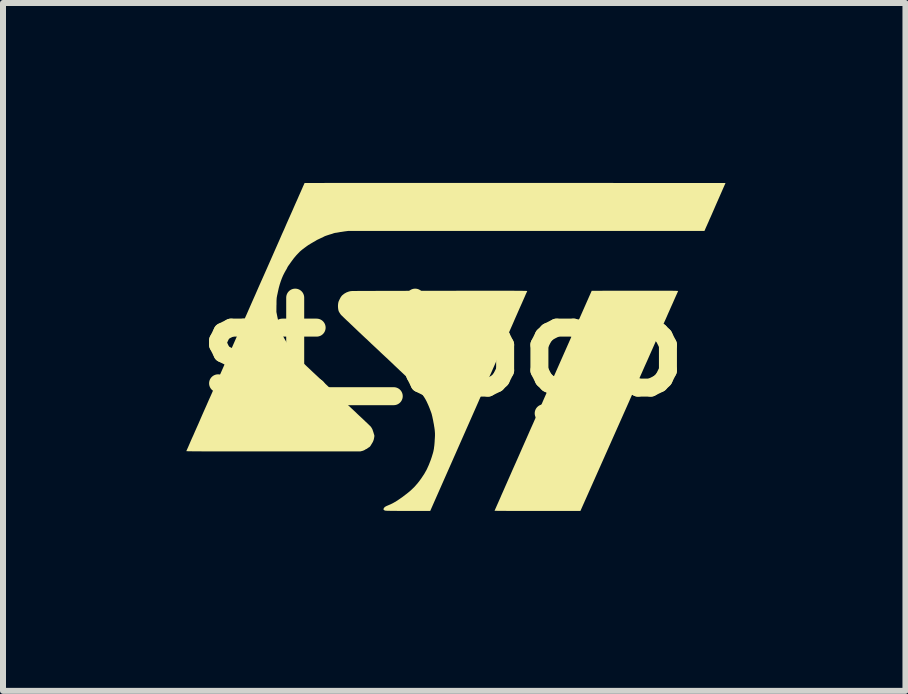
<source format=kicad_pcb>
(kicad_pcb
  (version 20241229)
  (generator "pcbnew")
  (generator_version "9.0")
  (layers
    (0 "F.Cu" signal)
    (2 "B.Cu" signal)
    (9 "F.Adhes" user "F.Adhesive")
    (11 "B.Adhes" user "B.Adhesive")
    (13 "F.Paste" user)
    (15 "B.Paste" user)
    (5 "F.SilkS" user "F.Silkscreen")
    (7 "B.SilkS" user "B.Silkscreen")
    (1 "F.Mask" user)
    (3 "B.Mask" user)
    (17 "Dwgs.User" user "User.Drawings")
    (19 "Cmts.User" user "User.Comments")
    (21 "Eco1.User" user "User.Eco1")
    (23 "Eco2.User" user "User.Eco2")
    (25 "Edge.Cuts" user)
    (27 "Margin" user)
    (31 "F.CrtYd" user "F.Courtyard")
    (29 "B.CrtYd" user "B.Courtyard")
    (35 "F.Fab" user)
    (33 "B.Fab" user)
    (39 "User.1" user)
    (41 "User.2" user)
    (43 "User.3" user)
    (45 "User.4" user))
  (footprint "st_logo"
    (layer "F.Cu")
    (at 4.336 2.734)
    (property "Reference" "st_logo" (at 0 0 0) (layer "F.SilkS") (effects (font (size 1.5 1.5) (thickness 0.3))))
    (attr board_only exclude_from_pos_files exclude_from_bom)
    (fp_poly (pts (xy 3.672 -0.937) (xy 3.715 -0.937) (xy 3.752 -0.937) (xy 3.785 -0.937) (xy 3.813 -0.937) (xy 3.837 -0.936) (xy 3.857 -0.936) (xy 3.874 -0.936) (xy 3.887 -0.935) (xy 3.898 -0.935) (xy 3.906 -0.934) (xy 3.911 -0.934) (xy 3.915 -0.933) (xy 3.918 -0.933) (xy 3.919 -0.932) (xy 3.919 -0.931) (xy 3.919 -0.93) (xy 3.917 -0.926) (xy 3.912 -0.915) (xy 3.905 -0.898) (xy 3.894 -0.874) (xy 3.88 -0.843) (xy 3.864 -0.807) (xy 3.845 -0.764) (xy 3.824 -0.716) (xy 3.8 -0.663) (xy 3.774 -0.604) (xy 3.746 -0.541) (xy 3.716 -0.472) (xy 3.683 -0.399) (xy 3.649 -0.321) (xy 3.613 -0.24) (xy 3.575 -0.154) (xy 3.535 -0.065) (xy 3.494 0.028) (xy 3.451 0.124) (xy 3.407 0.224) (xy 3.361 0.326) (xy 3.315 0.431) (xy 3.267 0.538) (xy 3.218 0.648) (xy 3.169 0.759) (xy 3.118 0.873) (xy 3.104 0.906) (xy 2.291 2.734) (xy 1.575 2.734) (xy 1.501 2.734) (xy 1.429 2.734) (xy 1.36 2.734) (xy 1.293 2.734) (xy 1.23 2.734) (xy 1.17 2.734) (xy 1.114 2.734) (xy 1.063 2.734) (xy 1.017 2.733) (xy 0.976 2.733) (xy 0.94 2.733) (xy 0.91 2.733) (xy 0.887 2.732) (xy 0.871 2.732) (xy 0.862 2.732) (xy 0.859 2.732) (xy 0.861 2.728) (xy 0.866 2.717) (xy 0.873 2.7) (xy 0.884 2.676) (xy 0.897 2.646) (xy 0.913 2.61) (xy 0.932 2.567) (xy 0.953 2.52) (xy 0.976 2.466) (xy 1.002 2.408) (xy 1.03 2.344) (xy 1.06 2.276) (xy 1.092 2.203) (xy 1.126 2.126) (xy 1.162 2.044) (xy 1.2 1.959) (xy 1.24 1.869) (xy 1.281 1.776) (xy 1.323 1.68) (xy 1.367 1.581) (xy 1.412 1.479) (xy 1.458 1.374) (xy 1.506 1.267) (xy 1.554 1.157) (xy 1.604 1.045) (xy 1.654 0.932) (xy 1.669 0.897) (xy 2.479 -0.936) (xy 3.201 -0.937) (xy 3.289 -0.937) (xy 3.369 -0.937) (xy 3.443 -0.937) (xy 3.51 -0.937) (xy 3.57 -0.937) (xy 3.624 -0.937)) (stroke (width 0) (type solid)) (fill yes) (layer "F.SilkS"))
    (fp_poly (pts (xy 0.904 -0.937) (xy 0.966 -0.937) (xy 1.022 -0.937) (xy 1.073 -0.937) (xy 1.12 -0.937) (xy 1.162 -0.937) (xy 1.199 -0.936) (xy 1.233 -0.936) (xy 1.263 -0.936) (xy 1.289 -0.936) (xy 1.311 -0.936) (xy 1.331 -0.935) (xy 1.347 -0.935) (xy 1.361 -0.935) (xy 1.373 -0.935) (xy 1.382 -0.934) (xy 1.389 -0.934) (xy 1.394 -0.933) (xy 1.398 -0.933) (xy 1.401 -0.932) (xy 1.403 -0.932) (xy 1.403 -0.931) (xy 1.403 -0.931) (xy 1.403 -0.93) (xy 1.402 -0.926) (xy 1.397 -0.915) (xy 1.389 -0.898) (xy 1.378 -0.874) (xy 1.365 -0.843) (xy 1.349 -0.807) (xy 1.33 -0.764) (xy 1.309 -0.716) (xy 1.285 -0.663) (xy 1.259 -0.604) (xy 1.231 -0.54) (xy 1.201 -0.472) (xy 1.169 -0.398) (xy 1.135 -0.321) (xy 1.099 -0.239) (xy 1.061 -0.153) (xy 1.021 -0.064) (xy 0.98 0.029) (xy 0.938 0.125) (xy 0.894 0.225) (xy 0.849 0.327) (xy 0.803 0.432) (xy 0.755 0.539) (xy 0.707 0.649) (xy 0.658 0.761) (xy 0.607 0.875) (xy 0.594 0.906) (xy -0.213 2.734) (xy -0.582 2.734) (xy -0.649 2.734) (xy -0.709 2.734) (xy -0.761 2.734) (xy -0.807 2.733) (xy -0.846 2.733) (xy -0.879 2.733) (xy -0.906 2.732) (xy -0.928 2.732) (xy -0.945 2.731) (xy -0.957 2.73) (xy -0.964 2.73) (xy -0.966 2.729) (xy -0.978 2.724) (xy -0.987 2.716) (xy -0.988 2.715) (xy -0.993 2.709) (xy -0.993 2.703) (xy -0.99 2.696) (xy -0.987 2.69) (xy -0.98 2.679) (xy -0.97 2.669) (xy -0.958 2.661) (xy -0.941 2.652) (xy -0.917 2.642) (xy -0.915 2.641) (xy -0.877 2.625) (xy -0.84 2.607) (xy -0.803 2.586) (xy -0.763 2.562) (xy -0.722 2.534) (xy -0.676 2.502) (xy -0.627 2.464) (xy -0.623 2.462) (xy -0.58 2.428) (xy -0.542 2.396) (xy -0.509 2.365) (xy -0.477 2.334) (xy -0.448 2.301) (xy -0.418 2.266) (xy -0.387 2.226) (xy -0.357 2.184) (xy -0.312 2.116) (xy -0.272 2.045) (xy -0.237 1.968) (xy -0.205 1.886) (xy -0.188 1.836) (xy -0.178 1.803) (xy -0.169 1.774) (xy -0.162 1.748) (xy -0.157 1.724) (xy -0.152 1.699) (xy -0.149 1.673) (xy -0.145 1.644) (xy -0.142 1.611) (xy -0.139 1.571) (xy -0.139 1.563) (xy -0.136 1.519) (xy -0.134 1.481) (xy -0.134 1.446) (xy -0.136 1.413) (xy -0.139 1.38) (xy -0.144 1.344) (xy -0.147 1.328) (xy -0.152 1.294) (xy -0.159 1.259) (xy -0.165 1.225) (xy -0.172 1.193) (xy -0.178 1.164) (xy -0.184 1.139) (xy -0.189 1.119) (xy -0.192 1.109) (xy -0.201 1.083) (xy -0.212 1.054) (xy -0.224 1.022) (xy -0.237 0.99) (xy -0.25 0.96) (xy -0.263 0.932) (xy -0.274 0.908) (xy -0.282 0.893) (xy -0.294 0.871) (xy -0.306 0.851) (xy -0.318 0.832) (xy -0.331 0.813) (xy -0.345 0.792) (xy -0.361 0.77) (xy -0.38 0.745) (xy -0.401 0.716) (xy -0.427 0.684) (xy -0.457 0.646) (xy -0.459 0.643) (xy -0.464 0.638) (xy -0.474 0.628) (xy -0.489 0.613) (xy -0.509 0.593) (xy -0.534 0.569) (xy -0.563 0.541) (xy -0.596 0.51) (xy -0.633 0.475) (xy -0.674 0.436) (xy -0.718 0.395) (xy -0.764 0.351) (xy -0.814 0.304) (xy -0.865 0.255) (xy -0.919 0.204) (xy -0.975 0.152) (xy -1.033 0.098) (xy -1.082 0.051) (xy -1.141 -0.004) (xy -1.198 -0.057) (xy -1.253 -0.11) (xy -1.307 -0.16) (xy -1.358 -0.208) (xy -1.407 -0.254) (xy -1.453 -0.298) (xy -1.496 -0.339) (xy -1.535 -0.376) (xy -1.571 -0.411) (xy -1.604 -0.441) (xy -1.632 -0.468) (xy -1.656 -0.491) (xy -1.675 -0.51) (xy -1.689 -0.523) (xy -1.698 -0.532) (xy -1.702 -0.536) (xy -1.718 -0.559) (xy -1.73 -0.578) (xy -1.739 -0.595) (xy -1.744 -0.613) (xy -1.748 -0.634) (xy -1.748 -0.635) (xy -1.751 -0.665) (xy -1.751 -0.696) (xy -1.748 -0.725) (xy -1.743 -0.75) (xy -1.739 -0.761) (xy -1.723 -0.796) (xy -1.707 -0.826) (xy -1.691 -0.849) (xy -1.681 -0.86) (xy -1.646 -0.888) (xy -1.609 -0.909) (xy -1.568 -0.924) (xy -1.535 -0.931) (xy -1.529 -0.931) (xy -1.515 -0.932) (xy -1.493 -0.932) (xy -1.463 -0.932) (xy -1.426 -0.933) (xy -1.381 -0.933) (xy -1.328 -0.933) (xy -1.268 -0.934) (xy -1.201 -0.934) (xy -1.126 -0.934) (xy -1.044 -0.935) (xy -0.954 -0.935) (xy -0.857 -0.935) (xy -0.753 -0.935) (xy -0.641 -0.935) (xy -0.523 -0.936) (xy -0.397 -0.936) (xy -0.264 -0.936) (xy -0.124 -0.936) (xy -0.052 -0.936) (xy 0.075 -0.936) (xy 0.194 -0.936) (xy 0.306 -0.937) (xy 0.411 -0.937) (xy 0.509 -0.937) (xy 0.601 -0.937) (xy 0.685 -0.937) (xy 0.764 -0.937) (xy 0.837 -0.937)) (stroke (width 0) (type solid)) (fill yes) (layer "F.SilkS"))
    (fp_poly (pts (xy -0.319 -2.734) (xy -0.177 -2.734) (xy -0.031 -2.734) (xy 0.118 -2.734) (xy 0.27 -2.734) (xy 0.425 -2.734) (xy 0.582 -2.734) (xy 0.741 -2.734) (xy 0.903 -2.734) (xy 1.067 -2.734) (xy 1.202 -2.734) (xy 4.71 -2.733) (xy 4.564 -2.401) (xy 4.542 -2.351) (xy 4.521 -2.302) (xy 4.5 -2.254) (xy 4.48 -2.208) (xy 4.461 -2.165) (xy 4.443 -2.126) (xy 4.428 -2.09) (xy 4.414 -2.059) (xy 4.403 -2.034) (xy 4.394 -2.014) (xy 4.388 -2.001) (xy 4.359 -1.934) (xy 1.39 -1.934) (xy -1.578 -1.934) (xy -1.641 -1.926) (xy -1.667 -1.922) (xy -1.692 -1.918) (xy -1.716 -1.915) (xy -1.736 -1.911) (xy -1.742 -1.91) (xy -1.759 -1.907) (xy -1.775 -1.904) (xy -1.788 -1.903) (xy -1.791 -1.902) (xy -1.801 -1.901) (xy -1.816 -1.897) (xy -1.829 -1.893) (xy -1.842 -1.888) (xy -1.861 -1.882) (xy -1.882 -1.876) (xy -1.905 -1.869) (xy -1.91 -1.867) (xy -1.932 -1.86) (xy -1.952 -1.853) (xy -1.969 -1.847) (xy -1.981 -1.841) (xy -1.984 -1.84) (xy -1.994 -1.834) (xy -2.009 -1.826) (xy -2.028 -1.818) (xy -2.047 -1.809) (xy -2.048 -1.809) (xy -2.068 -1.799) (xy -2.088 -1.79) (xy -2.105 -1.781) (xy -2.117 -1.774) (xy -2.129 -1.766) (xy -2.145 -1.757) (xy -2.165 -1.746) (xy -2.185 -1.734) (xy -2.189 -1.732) (xy -2.214 -1.717) (xy -2.244 -1.699) (xy -2.275 -1.677) (xy -2.306 -1.654) (xy -2.337 -1.631) (xy -2.364 -1.609) (xy -2.387 -1.589) (xy -2.393 -1.583) (xy -2.442 -1.532) (xy -2.486 -1.48) (xy -2.515 -1.441) (xy -2.529 -1.422) (xy -2.544 -1.401) (xy -2.557 -1.382) (xy -2.568 -1.367) (xy -2.568 -1.367) (xy -2.579 -1.352) (xy -2.588 -1.338) (xy -2.594 -1.327) (xy -2.596 -1.323) (xy -2.6 -1.314) (xy -2.607 -1.3) (xy -2.616 -1.285) (xy -2.62 -1.279) (xy -2.645 -1.234) (xy -2.667 -1.19) (xy -2.687 -1.143) (xy -2.705 -1.094) (xy -2.722 -1.042) (xy -2.738 -0.984) (xy -2.752 -0.921) (xy -2.76 -0.883) (xy -2.765 -0.862) (xy -2.768 -0.845) (xy -2.771 -0.829) (xy -2.773 -0.815) (xy -2.774 -0.8) (xy -2.775 -0.784) (xy -2.776 -0.764) (xy -2.776 -0.739) (xy -2.776 -0.709) (xy -2.777 -0.697) (xy -2.778 -0.584) (xy -2.764 -0.512) (xy -2.753 -0.461) (xy -2.74 -0.407) (xy -2.725 -0.353) (xy -2.71 -0.299) (xy -2.694 -0.25) (xy -2.686 -0.229) (xy -2.679 -0.211) (xy -2.672 -0.194) (xy -2.665 -0.177) (xy -2.656 -0.16) (xy -2.645 -0.14) (xy -2.632 -0.117) (xy -2.616 -0.089) (xy -2.607 -0.075) (xy -2.585 -0.038) (xy -2.567 -0.008) (xy -2.551 0.018) (xy -2.538 0.039) (xy -2.526 0.056) (xy -2.516 0.071) (xy -2.506 0.083) (xy -2.497 0.094) (xy -2.487 0.105) (xy -2.487 0.105) (xy -2.473 0.12) (xy -2.457 0.138) (xy -2.441 0.156) (xy -2.436 0.161) (xy -2.424 0.176) (xy -2.411 0.19) (xy -2.4 0.2) (xy -2.396 0.204) (xy -2.384 0.215) (xy -2.372 0.227) (xy -2.369 0.23) (xy -2.365 0.234) (xy -2.356 0.243) (xy -2.341 0.257) (xy -2.322 0.276) (xy -2.298 0.298) (xy -2.27 0.325) (xy -2.237 0.356) (xy -2.201 0.39) (xy -2.162 0.427) (xy -2.119 0.467) (xy -2.073 0.51) (xy -2.025 0.555) (xy -1.974 0.603) (xy -1.921 0.653) (xy -1.867 0.704) (xy -1.811 0.756) (xy -1.793 0.773) (xy -1.736 0.826) (xy -1.681 0.878) (xy -1.628 0.928) (xy -1.576 0.977) (xy -1.527 1.023) (xy -1.48 1.067) (xy -1.436 1.109) (xy -1.395 1.148) (xy -1.357 1.183) (xy -1.323 1.215) (xy -1.293 1.244) (xy -1.267 1.268) (xy -1.245 1.289) (xy -1.229 1.305) (xy -1.217 1.316) (xy -1.211 1.322) (xy -1.21 1.323) (xy -1.198 1.338) (xy -1.187 1.356) (xy -1.18 1.368) (xy -1.174 1.382) (xy -1.168 1.401) (xy -1.161 1.421) (xy -1.155 1.442) (xy -1.149 1.46) (xy -1.145 1.475) (xy -1.144 1.484) (xy -1.145 1.492) (xy -1.147 1.506) (xy -1.15 1.522) (xy -1.152 1.532) (xy -1.155 1.546) (xy -1.159 1.557) (xy -1.163 1.568) (xy -1.168 1.58) (xy -1.175 1.593) (xy -1.185 1.61) (xy -1.198 1.631) (xy -1.209 1.649) (xy -1.218 1.661) (xy -1.227 1.669) (xy -1.232 1.672) (xy -1.242 1.678) (xy -1.253 1.686) (xy -1.259 1.69) (xy -1.269 1.698) (xy -1.277 1.702) (xy -1.28 1.703) (xy -1.286 1.705) (xy -1.296 1.711) (xy -1.301 1.715) (xy -1.312 1.721) (xy -1.328 1.728) (xy -1.345 1.734) (xy -1.347 1.734) (xy -1.378 1.742) (xy -2.829 1.742) (xy -2.956 1.742) (xy -3.075 1.742) (xy -3.187 1.742) (xy -3.292 1.742) (xy -3.39 1.742) (xy -3.481 1.742) (xy -3.566 1.742) (xy -3.644 1.742) (xy -3.717 1.742) (xy -3.784 1.742) (xy -3.845 1.742) (xy -3.901 1.742) (xy -3.952 1.742) (xy -3.999 1.742) (xy -4.04 1.741) (xy -4.078 1.741) (xy -4.111 1.741) (xy -4.141 1.741) (xy -4.167 1.741) (xy -4.189 1.74) (xy -4.208 1.74) (xy -4.225 1.74) (xy -4.238 1.74) (xy -4.25 1.739) (xy -4.259 1.739) (xy -4.266 1.738) (xy -4.271 1.738) (xy -4.275 1.738) (xy -4.277 1.737) (xy -4.278 1.736) (xy -4.279 1.736) (xy -4.279 1.735) (xy -4.277 1.731) (xy -4.272 1.72) (xy -4.264 1.702) (xy -4.253 1.678) (xy -4.24 1.648) (xy -4.224 1.611) (xy -4.206 1.569) (xy -4.185 1.521) (xy -4.161 1.469) (xy -4.136 1.411) (xy -4.108 1.348) (xy -4.078 1.281) (xy -4.047 1.209) (xy -4.014 1.133) (xy -3.979 1.054) (xy -3.942 0.971) (xy -3.904 0.884) (xy -3.864 0.795) (xy -3.823 0.702) (xy -3.781 0.607) (xy -3.738 0.509) (xy -3.694 0.409) (xy -3.649 0.307) (xy -3.603 0.203) (xy -3.557 0.098) (xy -3.51 -0.009) (xy -3.463 -0.116) (xy -3.415 -0.225) (xy -3.367 -0.333) (xy -3.319 -0.443) (xy -3.27 -0.552) (xy -3.222 -0.662) (xy -3.174 -0.771) (xy -3.126 -0.879) (xy -3.079 -0.987) (xy -3.032 -1.093) (xy -2.985 -1.198) (xy -2.939 -1.302) (xy -2.894 -1.404) (xy -2.85 -1.504) (xy -2.807 -1.602) (xy -2.765 -1.697) (xy -2.724 -1.79) (xy -2.685 -1.88) (xy -2.646 -1.966) (xy -2.61 -2.05) (xy -2.575 -2.129) (xy -2.541 -2.205) (xy -2.509 -2.277) (xy -2.48 -2.344) (xy -2.452 -2.407) (xy -2.426 -2.465) (xy -2.403 -2.518) (xy -2.382 -2.565) (xy -2.363 -2.608) (xy -2.347 -2.644) (xy -2.334 -2.675) (xy -2.323 -2.699) (xy -2.315 -2.717) (xy -2.31 -2.728) (xy -2.308 -2.733) (xy -2.308 -2.733) (xy -2.304 -2.733) (xy -2.292 -2.733) (xy -2.273 -2.733) (xy -2.247 -2.733) (xy -2.213 -2.733) (xy -2.173 -2.733) (xy -2.126 -2.733) (xy -2.072 -2.733) (xy -2.012 -2.733) (xy -1.945 -2.734) (xy -1.873 -2.734) (xy -1.795 -2.734) (xy -1.711 -2.734) (xy -1.621 -2.734) (xy -1.526 -2.734) (xy -1.426 -2.734) (xy -1.32 -2.734) (xy -1.21 -2.734) (xy -1.096 -2.734) (xy -0.976 -2.734) (xy -0.853 -2.734) (xy -0.725 -2.734) (xy -0.594 -2.734) (xy -0.458 -2.734)) (stroke (width 0) (type solid)) (fill yes) (layer "F.SilkS")))
  (gr_rect
    (start -3 -3)
    (end 12.046 8.468)
    (stroke (width 0.1) (type default))
    (fill no)
    (layer "Edge.Cuts")))
</source>
